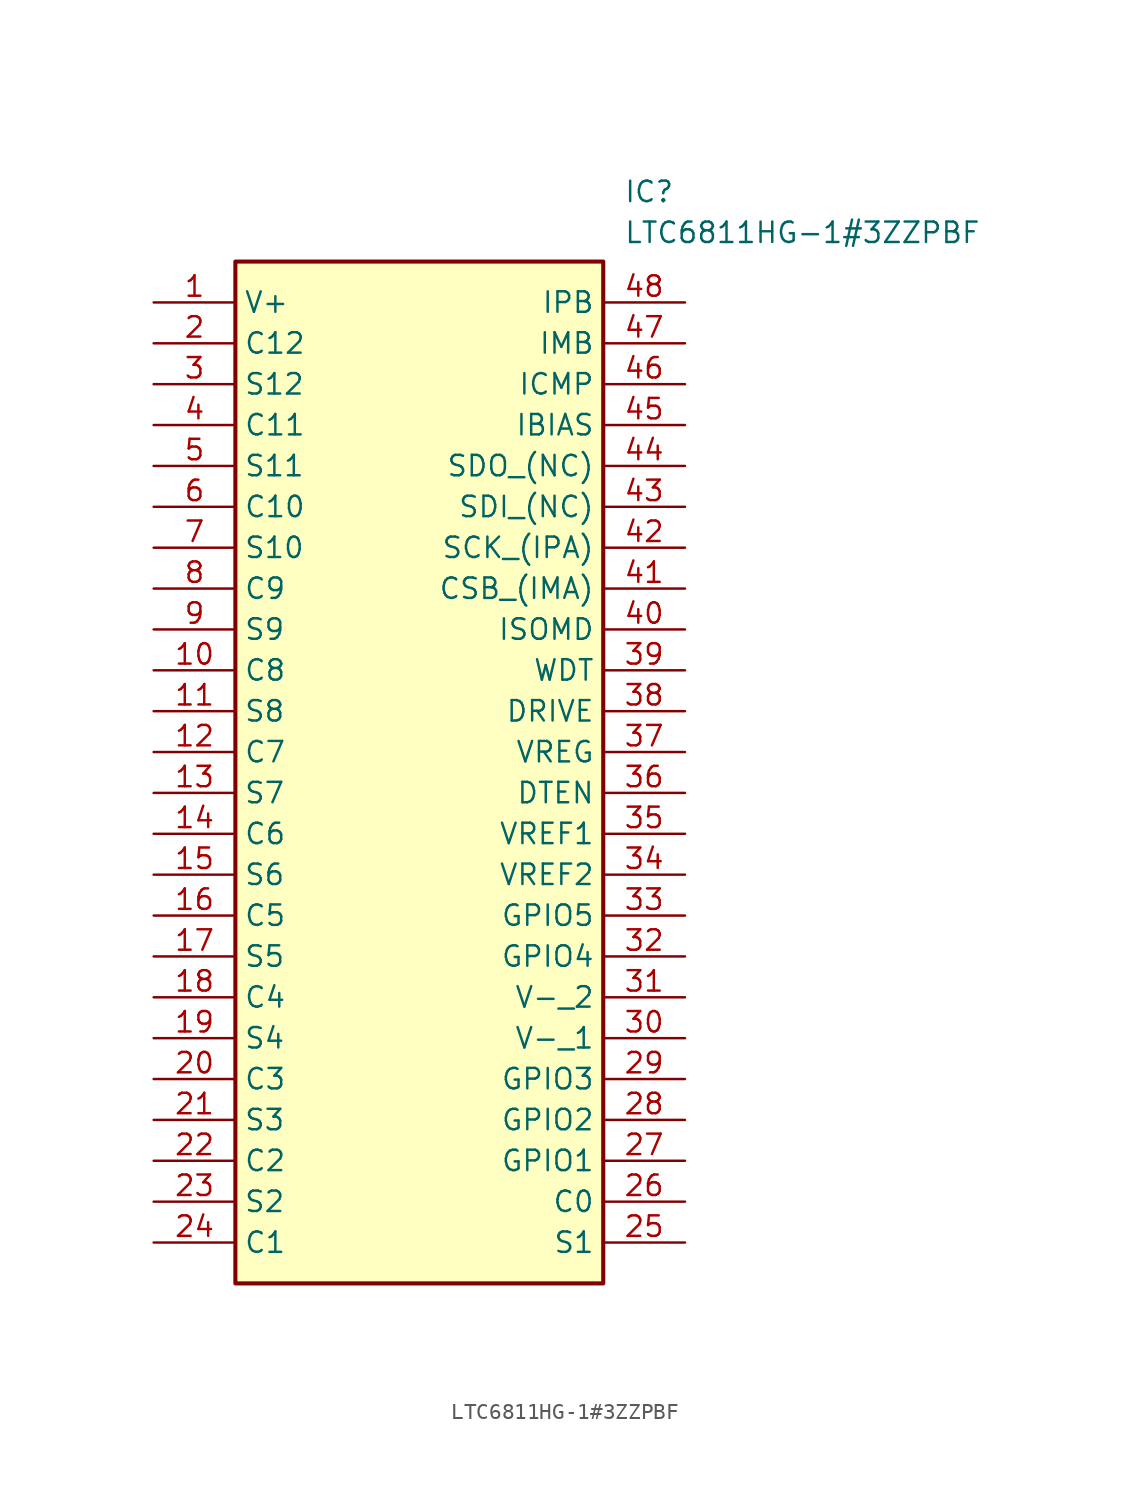
<source format=kicad_sym>
(kicad_symbol_lib
  (version 20211014)
  (generator SamacSys_ECAD_Model)
  (symbol "LTC6811HG-1#3ZZPBF"
    (property "Reference" "IC"
      (at 29.21 7.62 0)
      (effects (font (size 1.27 1.27)) (justify left top)))
    (property "Value" "LTC6811HG-1#3ZZPBF"
      (at 29.21 5.08 0)
      (effects (font (size 1.27 1.27)) (justify left top)))
    (rectangle
      (start 5.08 2.54)
      (end 27.94 -60.96)
      (stroke (width 0.254) (type default))
      (fill (type background)))
    (pin passive line
      (at 0 0 0)
      (length 5.08)
      (name "V+" (effects (font (size 1.27 1.27))))
      (number "1" (effects (font (size 1.27 1.27)))))
    (pin passive line
      (at 0 -2.54 0)
      (length 5.08)
      (name "C12" (effects (font (size 1.27 1.27))))
      (number "2" (effects (font (size 1.27 1.27)))))
    (pin passive line
      (at 0 -5.08 0)
      (length 5.08)
      (name "S12" (effects (font (size 1.27 1.27))))
      (number "3" (effects (font (size 1.27 1.27)))))
    (pin passive line
      (at 0 -7.62 0)
      (length 5.08)
      (name "C11" (effects (font (size 1.27 1.27))))
      (number "4" (effects (font (size 1.27 1.27)))))
    (pin passive line
      (at 0 -10.16 0)
      (length 5.08)
      (name "S11" (effects (font (size 1.27 1.27))))
      (number "5" (effects (font (size 1.27 1.27)))))
    (pin passive line
      (at 0 -12.7 0)
      (length 5.08)
      (name "C10" (effects (font (size 1.27 1.27))))
      (number "6" (effects (font (size 1.27 1.27)))))
    (pin passive line
      (at 0 -15.24 0)
      (length 5.08)
      (name "S10" (effects (font (size 1.27 1.27))))
      (number "7" (effects (font (size 1.27 1.27)))))
    (pin passive line
      (at 0 -17.78 0)
      (length 5.08)
      (name "C9" (effects (font (size 1.27 1.27))))
      (number "8" (effects (font (size 1.27 1.27)))))
    (pin passive line
      (at 0 -20.32 0)
      (length 5.08)
      (name "S9" (effects (font (size 1.27 1.27))))
      (number "9" (effects (font (size 1.27 1.27)))))
    (pin passive line
      (at 0 -22.86 0)
      (length 5.08)
      (name "C8" (effects (font (size 1.27 1.27))))
      (number "10" (effects (font (size 1.27 1.27)))))
    (pin passive line
      (at 0 -25.4 0)
      (length 5.08)
      (name "S8" (effects (font (size 1.27 1.27))))
      (number "11" (effects (font (size 1.27 1.27)))))
    (pin passive line
      (at 0 -27.94 0)
      (length 5.08)
      (name "C7" (effects (font (size 1.27 1.27))))
      (number "12" (effects (font (size 1.27 1.27)))))
    (pin passive line
      (at 0 -30.48 0)
      (length 5.08)
      (name "S7" (effects (font (size 1.27 1.27))))
      (number "13" (effects (font (size 1.27 1.27)))))
    (pin passive line
      (at 0 -33.02 0)
      (length 5.08)
      (name "C6" (effects (font (size 1.27 1.27))))
      (number "14" (effects (font (size 1.27 1.27)))))
    (pin passive line
      (at 0 -35.56 0)
      (length 5.08)
      (name "S6" (effects (font (size 1.27 1.27))))
      (number "15" (effects (font (size 1.27 1.27)))))
    (pin passive line
      (at 0 -38.1 0)
      (length 5.08)
      (name "C5" (effects (font (size 1.27 1.27))))
      (number "16" (effects (font (size 1.27 1.27)))))
    (pin passive line
      (at 0 -40.64 0)
      (length 5.08)
      (name "S5" (effects (font (size 1.27 1.27))))
      (number "17" (effects (font (size 1.27 1.27)))))
    (pin passive line
      (at 0 -43.18 0)
      (length 5.08)
      (name "C4" (effects (font (size 1.27 1.27))))
      (number "18" (effects (font (size 1.27 1.27)))))
    (pin passive line
      (at 0 -45.72 0)
      (length 5.08)
      (name "S4" (effects (font (size 1.27 1.27))))
      (number "19" (effects (font (size 1.27 1.27)))))
    (pin passive line
      (at 0 -48.26 0)
      (length 5.08)
      (name "C3" (effects (font (size 1.27 1.27))))
      (number "20" (effects (font (size 1.27 1.27)))))
    (pin passive line
      (at 0 -50.8 0)
      (length 5.08)
      (name "S3" (effects (font (size 1.27 1.27))))
      (number "21" (effects (font (size 1.27 1.27)))))
    (pin passive line
      (at 0 -53.34 0)
      (length 5.08)
      (name "C2" (effects (font (size 1.27 1.27))))
      (number "22" (effects (font (size 1.27 1.27)))))
    (pin passive line
      (at 0 -55.88 0)
      (length 5.08)
      (name "S2" (effects (font (size 1.27 1.27))))
      (number "23" (effects (font (size 1.27 1.27)))))
    (pin passive line
      (at 0 -58.42 0)
      (length 5.08)
      (name "C1" (effects (font (size 1.27 1.27))))
      (number "24" (effects (font (size 1.27 1.27)))))
    (pin passive line
      (at 33.02 0 180)
      (length 5.08)
      (name "IPB" (effects (font (size 1.27 1.27))))
      (number "48" (effects (font (size 1.27 1.27)))))
    (pin passive line
      (at 33.02 -2.54 180)
      (length 5.08)
      (name "IMB" (effects (font (size 1.27 1.27))))
      (number "47" (effects (font (size 1.27 1.27)))))
    (pin passive line
      (at 33.02 -5.08 180)
      (length 5.08)
      (name "ICMP" (effects (font (size 1.27 1.27))))
      (number "46" (effects (font (size 1.27 1.27)))))
    (pin passive line
      (at 33.02 -7.62 180)
      (length 5.08)
      (name "IBIAS" (effects (font (size 1.27 1.27))))
      (number "45" (effects (font (size 1.27 1.27)))))
    (pin passive line
      (at 33.02 -10.16 180)
      (length 5.08)
      (name "SDO_(NC)" (effects (font (size 1.27 1.27))))
      (number "44" (effects (font (size 1.27 1.27)))))
    (pin passive line
      (at 33.02 -12.7 180)
      (length 5.08)
      (name "SDI_(NC)" (effects (font (size 1.27 1.27))))
      (number "43" (effects (font (size 1.27 1.27)))))
    (pin passive line
      (at 33.02 -15.24 180)
      (length 5.08)
      (name "SCK_(IPA)" (effects (font (size 1.27 1.27))))
      (number "42" (effects (font (size 1.27 1.27)))))
    (pin passive line
      (at 33.02 -17.78 180)
      (length 5.08)
      (name "CSB_(IMA)" (effects (font (size 1.27 1.27))))
      (number "41" (effects (font (size 1.27 1.27)))))
    (pin passive line
      (at 33.02 -20.32 180)
      (length 5.08)
      (name "ISOMD" (effects (font (size 1.27 1.27))))
      (number "40" (effects (font (size 1.27 1.27)))))
    (pin passive line
      (at 33.02 -22.86 180)
      (length 5.08)
      (name "WDT" (effects (font (size 1.27 1.27))))
      (number "39" (effects (font (size 1.27 1.27)))))
    (pin passive line
      (at 33.02 -25.4 180)
      (length 5.08)
      (name "DRIVE" (effects (font (size 1.27 1.27))))
      (number "38" (effects (font (size 1.27 1.27)))))
    (pin passive line
      (at 33.02 -27.94 180)
      (length 5.08)
      (name "VREG" (effects (font (size 1.27 1.27))))
      (number "37" (effects (font (size 1.27 1.27)))))
    (pin passive line
      (at 33.02 -30.48 180)
      (length 5.08)
      (name "DTEN" (effects (font (size 1.27 1.27))))
      (number "36" (effects (font (size 1.27 1.27)))))
    (pin passive line
      (at 33.02 -33.02 180)
      (length 5.08)
      (name "VREF1" (effects (font (size 1.27 1.27))))
      (number "35" (effects (font (size 1.27 1.27)))))
    (pin passive line
      (at 33.02 -35.56 180)
      (length 5.08)
      (name "VREF2" (effects (font (size 1.27 1.27))))
      (number "34" (effects (font (size 1.27 1.27)))))
    (pin passive line
      (at 33.02 -38.1 180)
      (length 5.08)
      (name "GPIO5" (effects (font (size 1.27 1.27))))
      (number "33" (effects (font (size 1.27 1.27)))))
    (pin passive line
      (at 33.02 -40.64 180)
      (length 5.08)
      (name "GPIO4" (effects (font (size 1.27 1.27))))
      (number "32" (effects (font (size 1.27 1.27)))))
    (pin passive line
      (at 33.02 -43.18 180)
      (length 5.08)
      (name "V-_2" (effects (font (size 1.27 1.27))))
      (number "31" (effects (font (size 1.27 1.27)))))
    (pin passive line
      (at 33.02 -45.72 180)
      (length 5.08)
      (name "V-_1" (effects (font (size 1.27 1.27))))
      (number "30" (effects (font (size 1.27 1.27)))))
    (pin passive line
      (at 33.02 -48.26 180)
      (length 5.08)
      (name "GPIO3" (effects (font (size 1.27 1.27))))
      (number "29" (effects (font (size 1.27 1.27)))))
    (pin passive line
      (at 33.02 -50.8 180)
      (length 5.08)
      (name "GPIO2" (effects (font (size 1.27 1.27))))
      (number "28" (effects (font (size 1.27 1.27)))))
    (pin passive line
      (at 33.02 -53.34 180)
      (length 5.08)
      (name "GPIO1" (effects (font (size 1.27 1.27))))
      (number "27" (effects (font (size 1.27 1.27)))))
    (pin passive line
      (at 33.02 -55.88 180)
      (length 5.08)
      (name "C0" (effects (font (size 1.27 1.27))))
      (number "26" (effects (font (size 1.27 1.27)))))
    (pin passive line
      (at 33.02 -58.42 180)
      (length 5.08)
      (name "S1" (effects (font (size 1.27 1.27))))
      (number "25" (effects (font (size 1.27 1.27)))))))
</source>
